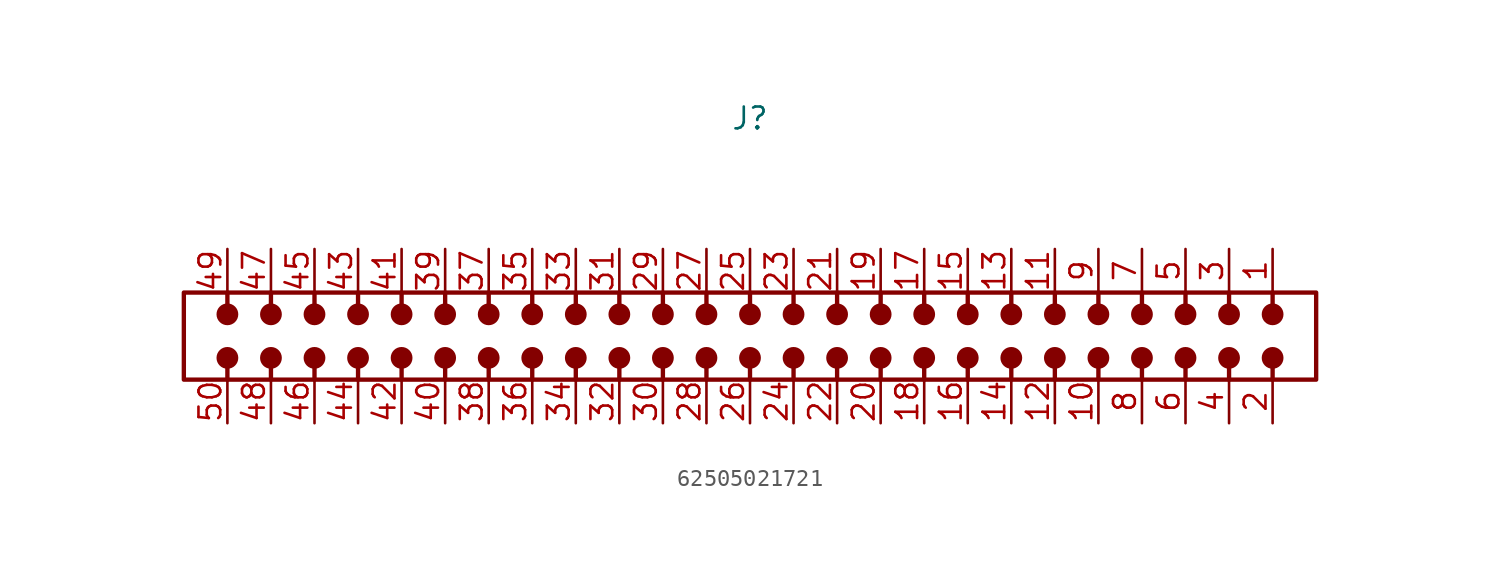
<source format=kicad_sym>
(kicad_symbol_lib
  (version 20241209)
  (generator "kicad_symbol_editor")
  (generator_version "9.0")
  (symbol "62505021721"
    (pin_names
      (hide yes))
    (property "Reference" "J"
      (at 0 12.7 0)
      (effects (font (size 1.27 1.27))))
    (symbol "62505021721_1_1"
      (rectangle (start -33.02 2.54) (end 33.02 -2.54) (stroke (width 0.254) (type solid)) (fill (type none)))
      (polyline (pts (xy -30.48 1.778) (xy -30.48 2.54)) (stroke (width 0.254) (type solid)) (fill (type none)))
      (circle (center -30.48 1.27) (radius 0.508) (stroke (width 0.254) (type solid)) (fill (type outline)))
      (circle (center -30.48 -1.27) (radius 0.508) (stroke (width 0.254) (type solid)) (fill (type outline)))
      (polyline (pts (xy -30.48 -1.778) (xy -30.48 -2.54)) (stroke (width 0.254) (type solid)) (fill (type none)))
      (polyline (pts (xy -27.94 1.778) (xy -27.94 2.54)) (stroke (width 0.254) (type solid)) (fill (type none)))
      (circle (center -27.94 1.27) (radius 0.508) (stroke (width 0.254) (type solid)) (fill (type outline)))
      (circle (center -27.94 -1.27) (radius 0.508) (stroke (width 0.254) (type solid)) (fill (type outline)))
      (polyline (pts (xy -27.94 -1.778) (xy -27.94 -2.54)) (stroke (width 0.254) (type solid)) (fill (type none)))
      (polyline (pts (xy -25.4 1.778) (xy -25.4 2.54)) (stroke (width 0.254) (type solid)) (fill (type none)))
      (circle (center -25.4 1.27) (radius 0.508) (stroke (width 0.254) (type solid)) (fill (type outline)))
      (circle (center -25.4 -1.27) (radius 0.508) (stroke (width 0.254) (type solid)) (fill (type outline)))
      (polyline (pts (xy -25.4 -1.778) (xy -25.4 -2.54)) (stroke (width 0.254) (type solid)) (fill (type none)))
      (polyline (pts (xy -22.86 1.778) (xy -22.86 2.54)) (stroke (width 0.254) (type solid)) (fill (type none)))
      (circle (center -22.86 1.27) (radius 0.508) (stroke (width 0.254) (type solid)) (fill (type outline)))
      (circle (center -22.86 -1.27) (radius 0.508) (stroke (width 0.254) (type solid)) (fill (type outline)))
      (polyline (pts (xy -22.86 -1.778) (xy -22.86 -2.54)) (stroke (width 0.254) (type solid)) (fill (type none)))
      (polyline (pts (xy -20.32 1.778) (xy -20.32 2.54)) (stroke (width 0.254) (type solid)) (fill (type none)))
      (circle (center -20.32 1.27) (radius 0.508) (stroke (width 0.254) (type solid)) (fill (type outline)))
      (circle (center -20.32 -1.27) (radius 0.508) (stroke (width 0.254) (type solid)) (fill (type outline)))
      (polyline (pts (xy -20.32 -1.778) (xy -20.32 -2.54)) (stroke (width 0.254) (type solid)) (fill (type none)))
      (polyline (pts (xy -17.78 1.778) (xy -17.78 2.54)) (stroke (width 0.254) (type solid)) (fill (type none)))
      (circle (center -17.78 1.27) (radius 0.508) (stroke (width 0.254) (type solid)) (fill (type outline)))
      (circle (center -17.78 -1.27) (radius 0.508) (stroke (width 0.254) (type solid)) (fill (type outline)))
      (polyline (pts (xy -17.78 -1.778) (xy -17.78 -2.54)) (stroke (width 0.254) (type solid)) (fill (type none)))
      (polyline (pts (xy -15.24 1.778) (xy -15.24 2.54)) (stroke (width 0.254) (type solid)) (fill (type none)))
      (circle (center -15.24 1.27) (radius 0.508) (stroke (width 0.254) (type solid)) (fill (type outline)))
      (circle (center -15.24 -1.27) (radius 0.508) (stroke (width 0.254) (type solid)) (fill (type outline)))
      (polyline (pts (xy -15.24 -1.778) (xy -15.24 -2.54)) (stroke (width 0.254) (type solid)) (fill (type none)))
      (polyline (pts (xy -12.7 1.778) (xy -12.7 2.54)) (stroke (width 0.254) (type solid)) (fill (type none)))
      (circle (center -12.7 1.27) (radius 0.508) (stroke (width 0.254) (type solid)) (fill (type outline)))
      (circle (center -12.7 -1.27) (radius 0.508) (stroke (width 0.254) (type solid)) (fill (type outline)))
      (polyline (pts (xy -12.7 -1.778) (xy -12.7 -2.54)) (stroke (width 0.254) (type solid)) (fill (type none)))
      (polyline (pts (xy -10.16 1.778) (xy -10.16 2.54)) (stroke (width 0.254) (type solid)) (fill (type none)))
      (circle (center -10.16 1.27) (radius 0.508) (stroke (width 0.254) (type solid)) (fill (type outline)))
      (circle (center -10.16 -1.27) (radius 0.508) (stroke (width 0.254) (type solid)) (fill (type outline)))
      (polyline (pts (xy -10.16 -1.778) (xy -10.16 -2.54)) (stroke (width 0.254) (type solid)) (fill (type none)))
      (polyline (pts (xy -7.62 1.778) (xy -7.62 2.54)) (stroke (width 0.254) (type solid)) (fill (type none)))
      (circle (center -7.62 1.27) (radius 0.508) (stroke (width 0.254) (type solid)) (fill (type outline)))
      (circle (center -7.62 -1.27) (radius 0.508) (stroke (width 0.254) (type solid)) (fill (type outline)))
      (polyline (pts (xy -7.62 -1.778) (xy -7.62 -2.54)) (stroke (width 0.254) (type solid)) (fill (type none)))
      (polyline (pts (xy -5.08 1.778) (xy -5.08 2.54)) (stroke (width 0.254) (type solid)) (fill (type none)))
      (circle (center -5.08 1.27) (radius 0.508) (stroke (width 0.254) (type solid)) (fill (type outline)))
      (circle (center -5.08 -1.27) (radius 0.508) (stroke (width 0.254) (type solid)) (fill (type outline)))
      (polyline (pts (xy -5.08 -1.778) (xy -5.08 -2.54)) (stroke (width 0.254) (type solid)) (fill (type none)))
      (polyline (pts (xy -2.54 1.778) (xy -2.54 2.54)) (stroke (width 0.254) (type solid)) (fill (type none)))
      (circle (center -2.54 1.27) (radius 0.508) (stroke (width 0.254) (type solid)) (fill (type outline)))
      (circle (center -2.54 -1.27) (radius 0.508) (stroke (width 0.254) (type solid)) (fill (type outline)))
      (polyline (pts (xy -2.54 -1.778) (xy -2.54 -2.54)) (stroke (width 0.254) (type solid)) (fill (type none)))
      (polyline (pts (xy 0 1.778) (xy 0 2.54)) (stroke (width 0.254) (type solid)) (fill (type none)))
      (circle (center 0 1.27) (radius 0.508) (stroke (width 0.254) (type solid)) (fill (type outline)))
      (circle (center 0 -1.27) (radius 0.508) (stroke (width 0.254) (type solid)) (fill (type outline)))
      (polyline (pts (xy 0 -1.778) (xy 0 -2.54)) (stroke (width 0.254) (type solid)) (fill (type none)))
      (polyline (pts (xy 2.54 1.778) (xy 2.54 2.54)) (stroke (width 0.254) (type solid)) (fill (type none)))
      (circle (center 2.54 1.27) (radius 0.508) (stroke (width 0.254) (type solid)) (fill (type outline)))
      (circle (center 2.54 -1.27) (radius 0.508) (stroke (width 0.254) (type solid)) (fill (type outline)))
      (polyline (pts (xy 2.54 -1.778) (xy 2.54 -2.54)) (stroke (width 0.254) (type solid)) (fill (type none)))
      (polyline (pts (xy 5.08 1.778) (xy 5.08 2.54)) (stroke (width 0.254) (type solid)) (fill (type none)))
      (circle (center 5.08 1.27) (radius 0.508) (stroke (width 0.254) (type solid)) (fill (type outline)))
      (circle (center 5.08 -1.27) (radius 0.508) (stroke (width 0.254) (type solid)) (fill (type outline)))
      (polyline (pts (xy 5.08 -1.778) (xy 5.08 -2.54)) (stroke (width 0.254) (type solid)) (fill (type none)))
      (polyline (pts (xy 7.62 1.778) (xy 7.62 2.54)) (stroke (width 0.254) (type solid)) (fill (type none)))
      (circle (center 7.62 1.27) (radius 0.508) (stroke (width 0.254) (type solid)) (fill (type outline)))
      (circle (center 7.62 -1.27) (radius 0.508) (stroke (width 0.254) (type solid)) (fill (type outline)))
      (polyline (pts (xy 7.62 -1.778) (xy 7.62 -2.54)) (stroke (width 0.254) (type solid)) (fill (type none)))
      (polyline (pts (xy 10.16 1.778) (xy 10.16 2.54)) (stroke (width 0.254) (type solid)) (fill (type none)))
      (circle (center 10.16 1.27) (radius 0.508) (stroke (width 0.254) (type solid)) (fill (type outline)))
      (circle (center 10.16 -1.27) (radius 0.508) (stroke (width 0.254) (type solid)) (fill (type outline)))
      (polyline (pts (xy 10.16 -1.778) (xy 10.16 -2.54)) (stroke (width 0.254) (type solid)) (fill (type none)))
      (polyline (pts (xy 12.7 1.778) (xy 12.7 2.54)) (stroke (width 0.254) (type solid)) (fill (type none)))
      (circle (center 12.7 1.27) (radius 0.508) (stroke (width 0.254) (type solid)) (fill (type outline)))
      (circle (center 12.7 -1.27) (radius 0.508) (stroke (width 0.254) (type solid)) (fill (type outline)))
      (polyline (pts (xy 12.7 -1.778) (xy 12.7 -2.54)) (stroke (width 0.254) (type solid)) (fill (type none)))
      (polyline (pts (xy 15.24 1.778) (xy 15.24 2.54)) (stroke (width 0.254) (type solid)) (fill (type none)))
      (circle (center 15.24 1.27) (radius 0.508) (stroke (width 0.254) (type solid)) (fill (type outline)))
      (circle (center 15.24 -1.27) (radius 0.508) (stroke (width 0.254) (type solid)) (fill (type outline)))
      (polyline (pts (xy 15.24 -1.778) (xy 15.24 -2.54)) (stroke (width 0.254) (type solid)) (fill (type none)))
      (polyline (pts (xy 17.78 1.778) (xy 17.78 2.54)) (stroke (width 0.254) (type solid)) (fill (type none)))
      (circle (center 17.78 1.27) (radius 0.508) (stroke (width 0.254) (type solid)) (fill (type outline)))
      (circle (center 17.78 -1.27) (radius 0.508) (stroke (width 0.254) (type solid)) (fill (type outline)))
      (polyline (pts (xy 17.78 -1.778) (xy 17.78 -2.54)) (stroke (width 0.254) (type solid)) (fill (type none)))
      (polyline (pts (xy 20.32 1.778) (xy 20.32 2.54)) (stroke (width 0.254) (type solid)) (fill (type none)))
      (circle (center 20.32 1.27) (radius 0.508) (stroke (width 0.254) (type solid)) (fill (type outline)))
      (circle (center 20.32 -1.27) (radius 0.508) (stroke (width 0.254) (type solid)) (fill (type outline)))
      (polyline (pts (xy 20.32 -1.778) (xy 20.32 -2.54)) (stroke (width 0.254) (type solid)) (fill (type none)))
      (polyline (pts (xy 22.86 1.778) (xy 22.86 2.54)) (stroke (width 0.254) (type solid)) (fill (type none)))
      (circle (center 22.86 1.27) (radius 0.508) (stroke (width 0.254) (type solid)) (fill (type outline)))
      (circle (center 22.86 -1.27) (radius 0.508) (stroke (width 0.254) (type solid)) (fill (type outline)))
      (polyline (pts (xy 22.86 -1.778) (xy 22.86 -2.54)) (stroke (width 0.254) (type solid)) (fill (type none)))
      (polyline (pts (xy 25.4 1.778) (xy 25.4 2.54)) (stroke (width 0.254) (type solid)) (fill (type none)))
      (circle (center 25.4 1.27) (radius 0.508) (stroke (width 0.254) (type solid)) (fill (type outline)))
      (circle (center 25.4 -1.27) (radius 0.508) (stroke (width 0.254) (type solid)) (fill (type outline)))
      (polyline (pts (xy 25.4 -1.778) (xy 25.4 -2.54)) (stroke (width 0.254) (type solid)) (fill (type none)))
      (polyline (pts (xy 27.94 1.778) (xy 27.94 2.54)) (stroke (width 0.254) (type solid)) (fill (type none)))
      (circle (center 27.94 1.27) (radius 0.508) (stroke (width 0.254) (type solid)) (fill (type outline)))
      (circle (center 27.94 -1.27) (radius 0.508) (stroke (width 0.254) (type solid)) (fill (type outline)))
      (polyline (pts (xy 27.94 -1.778) (xy 27.94 -2.54)) (stroke (width 0.254) (type solid)) (fill (type none)))
      (polyline (pts (xy 30.48 1.778) (xy 30.48 2.54)) (stroke (width 0.254) (type solid)) (fill (type none)))
      (circle (center 30.48 1.27) (radius 0.508) (stroke (width 0.254) (type solid)) (fill (type outline)))
      (circle (center 30.48 -1.27) (radius 0.508) (stroke (width 0.254) (type solid)) (fill (type outline)))
      (polyline (pts (xy 30.48 -1.778) (xy 30.48 -2.54)) (stroke (width 0.254) (type solid)) (fill (type none)))
      (pin passive line (at -30.48 5.08 270) (length 2.54) (name "49" (effects (font (size 1.27 1.27)))) (number "49" (effects (font (size 1.27 1.27)))))
      (pin passive line (at -30.48 -5.08 90) (length 2.54) (name "50" (effects (font (size 1.27 1.27)))) (number "50" (effects (font (size 1.27 1.27)))))
      (pin passive line (at -27.94 5.08 270) (length 2.54) (name "47" (effects (font (size 1.27 1.27)))) (number "47" (effects (font (size 1.27 1.27)))))
      (pin passive line (at -27.94 -5.08 90) (length 2.54) (name "48" (effects (font (size 1.27 1.27)))) (number "48" (effects (font (size 1.27 1.27)))))
      (pin passive line (at -25.4 5.08 270) (length 2.54) (name "45" (effects (font (size 1.27 1.27)))) (number "45" (effects (font (size 1.27 1.27)))))
      (pin passive line (at -25.4 -5.08 90) (length 2.54) (name "46" (effects (font (size 1.27 1.27)))) (number "46" (effects (font (size 1.27 1.27)))))
      (pin passive line (at -22.86 5.08 270) (length 2.54) (name "43" (effects (font (size 1.27 1.27)))) (number "43" (effects (font (size 1.27 1.27)))))
      (pin passive line (at -22.86 -5.08 90) (length 2.54) (name "44" (effects (font (size 1.27 1.27)))) (number "44" (effects (font (size 1.27 1.27)))))
      (pin passive line (at -20.32 5.08 270) (length 2.54) (name "41" (effects (font (size 1.27 1.27)))) (number "41" (effects (font (size 1.27 1.27)))))
      (pin passive line (at -20.32 -5.08 90) (length 2.54) (name "42" (effects (font (size 1.27 1.27)))) (number "42" (effects (font (size 1.27 1.27)))))
      (pin passive line (at -17.78 5.08 270) (length 2.54) (name "39" (effects (font (size 1.27 1.27)))) (number "39" (effects (font (size 1.27 1.27)))))
      (pin passive line (at -17.78 -5.08 90) (length 2.54) (name "40" (effects (font (size 1.27 1.27)))) (number "40" (effects (font (size 1.27 1.27)))))
      (pin passive line (at -15.24 5.08 270) (length 2.54) (name "37" (effects (font (size 1.27 1.27)))) (number "37" (effects (font (size 1.27 1.27)))))
      (pin passive line (at -15.24 -5.08 90) (length 2.54) (name "38" (effects (font (size 1.27 1.27)))) (number "38" (effects (font (size 1.27 1.27)))))
      (pin passive line (at -12.7 5.08 270) (length 2.54) (name "35" (effects (font (size 1.27 1.27)))) (number "35" (effects (font (size 1.27 1.27)))))
      (pin passive line (at -12.7 -5.08 90) (length 2.54) (name "36" (effects (font (size 1.27 1.27)))) (number "36" (effects (font (size 1.27 1.27)))))
      (pin passive line (at -10.16 5.08 270) (length 2.54) (name "33" (effects (font (size 1.27 1.27)))) (number "33" (effects (font (size 1.27 1.27)))))
      (pin passive line (at -10.16 -5.08 90) (length 2.54) (name "34" (effects (font (size 1.27 1.27)))) (number "34" (effects (font (size 1.27 1.27)))))
      (pin passive line (at -7.62 5.08 270) (length 2.54) (name "31" (effects (font (size 1.27 1.27)))) (number "31" (effects (font (size 1.27 1.27)))))
      (pin passive line (at -7.62 -5.08 90) (length 2.54) (name "32" (effects (font (size 1.27 1.27)))) (number "32" (effects (font (size 1.27 1.27)))))
      (pin passive line (at -5.08 5.08 270) (length 2.54) (name "29" (effects (font (size 1.27 1.27)))) (number "29" (effects (font (size 1.27 1.27)))))
      (pin passive line (at -5.08 -5.08 90) (length 2.54) (name "30" (effects (font (size 1.27 1.27)))) (number "30" (effects (font (size 1.27 1.27)))))
      (pin passive line (at -2.54 5.08 270) (length 2.54) (name "27" (effects (font (size 1.27 1.27)))) (number "27" (effects (font (size 1.27 1.27)))))
      (pin passive line (at -2.54 -5.08 90) (length 2.54) (name "28" (effects (font (size 1.27 1.27)))) (number "28" (effects (font (size 1.27 1.27)))))
      (pin passive line (at 0 5.08 270) (length 2.54) (name "25" (effects (font (size 1.27 1.27)))) (number "25" (effects (font (size 1.27 1.27)))))
      (pin passive line (at 0 -5.08 90) (length 2.54) (name "26" (effects (font (size 1.27 1.27)))) (number "26" (effects (font (size 1.27 1.27)))))
      (pin passive line (at 2.54 5.08 270) (length 2.54) (name "23" (effects (font (size 1.27 1.27)))) (number "23" (effects (font (size 1.27 1.27)))))
      (pin passive line (at 2.54 -5.08 90) (length 2.54) (name "24" (effects (font (size 1.27 1.27)))) (number "24" (effects (font (size 1.27 1.27)))))
      (pin passive line (at 5.08 5.08 270) (length 2.54) (name "21" (effects (font (size 1.27 1.27)))) (number "21" (effects (font (size 1.27 1.27)))))
      (pin passive line (at 5.08 -5.08 90) (length 2.54) (name "22" (effects (font (size 1.27 1.27)))) (number "22" (effects (font (size 1.27 1.27)))))
      (pin passive line (at 7.62 5.08 270) (length 2.54) (name "19" (effects (font (size 1.27 1.27)))) (number "19" (effects (font (size 1.27 1.27)))))
      (pin passive line (at 7.62 -5.08 90) (length 2.54) (name "20" (effects (font (size 1.27 1.27)))) (number "20" (effects (font (size 1.27 1.27)))))
      (pin passive line (at 10.16 5.08 270) (length 2.54) (name "17" (effects (font (size 1.27 1.27)))) (number "17" (effects (font (size 1.27 1.27)))))
      (pin passive line (at 10.16 -5.08 90) (length 2.54) (name "18" (effects (font (size 1.27 1.27)))) (number "18" (effects (font (size 1.27 1.27)))))
      (pin passive line (at 12.7 5.08 270) (length 2.54) (name "15" (effects (font (size 1.27 1.27)))) (number "15" (effects (font (size 1.27 1.27)))))
      (pin passive line (at 12.7 -5.08 90) (length 2.54) (name "16" (effects (font (size 1.27 1.27)))) (number "16" (effects (font (size 1.27 1.27)))))
      (pin passive line (at 15.24 5.08 270) (length 2.54) (name "13" (effects (font (size 1.27 1.27)))) (number "13" (effects (font (size 1.27 1.27)))))
      (pin passive line (at 15.24 -5.08 90) (length 2.54) (name "14" (effects (font (size 1.27 1.27)))) (number "14" (effects (font (size 1.27 1.27)))))
      (pin passive line (at 17.78 5.08 270) (length 2.54) (name "11" (effects (font (size 1.27 1.27)))) (number "11" (effects (font (size 1.27 1.27)))))
      (pin passive line (at 17.78 -5.08 90) (length 2.54) (name "12" (effects (font (size 1.27 1.27)))) (number "12" (effects (font (size 1.27 1.27)))))
      (pin passive line (at 20.32 5.08 270) (length 2.54) (name "9" (effects (font (size 1.27 1.27)))) (number "9" (effects (font (size 1.27 1.27)))))
      (pin passive line (at 20.32 -5.08 90) (length 2.54) (name "10" (effects (font (size 1.27 1.27)))) (number "10" (effects (font (size 1.27 1.27)))))
      (pin passive line (at 22.86 5.08 270) (length 2.54) (name "7" (effects (font (size 1.27 1.27)))) (number "7" (effects (font (size 1.27 1.27)))))
      (pin passive line (at 22.86 -5.08 90) (length 2.54) (name "8" (effects (font (size 1.27 1.27)))) (number "8" (effects (font (size 1.27 1.27)))))
      (pin passive line (at 25.4 5.08 270) (length 2.54) (name "5" (effects (font (size 1.27 1.27)))) (number "5" (effects (font (size 1.27 1.27)))))
      (pin passive line (at 25.4 -5.08 90) (length 2.54) (name "6" (effects (font (size 1.27 1.27)))) (number "6" (effects (font (size 1.27 1.27)))))
      (pin passive line (at 27.94 5.08 270) (length 2.54) (name "3" (effects (font (size 1.27 1.27)))) (number "3" (effects (font (size 1.27 1.27)))))
      (pin passive line (at 27.94 -5.08 90) (length 2.54) (name "4" (effects (font (size 1.27 1.27)))) (number "4" (effects (font (size 1.27 1.27)))))
      (pin passive line (at 30.48 5.08 270) (length 2.54) (name "1" (effects (font (size 1.27 1.27)))) (number "1" (effects (font (size 1.27 1.27)))))
      (pin passive line (at 30.48 -5.08 90) (length 2.54) (name "2" (effects (font (size 1.27 1.27)))) (number "2" (effects (font (size 1.27 1.27))))))))
</source>
